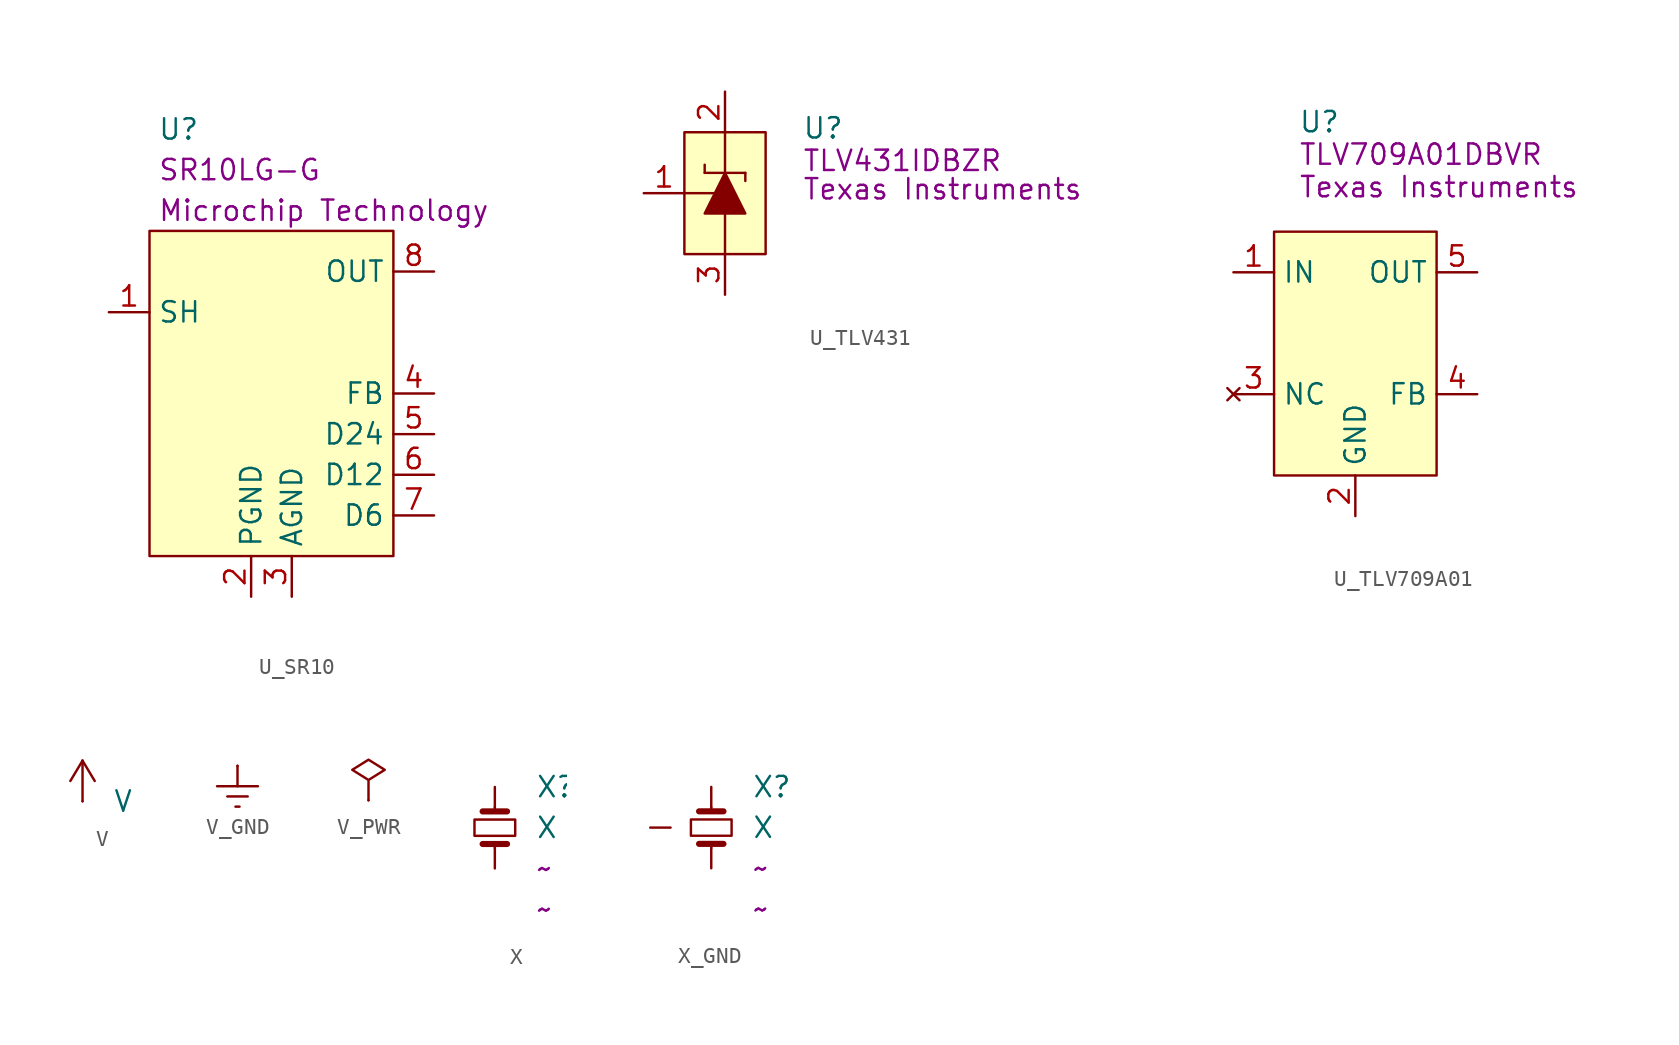
<source format=kicad_sym>
(kicad_symbol_lib
  (version 20231120)
  (generator "kicad_symbol_editor")
  (generator_version "8.0")
  (symbol "U_SR10"
    (property "Reference" "U"
      (at -7.112 16.51 0)
      (effects (font (size 1.27 1.27)) (justify left)))
    (property "Value" ""
      (at 0 -1.27 0)
      (effects (font (size 1.27 1.27)) (justify left)))
    (property "Manufacturer" "Microchip Technology"
      (at -7.112 11.43 0)
      (effects (font (size 1.27 1.27)) (justify left)))
    (property "Manufacturer Part Number" "SR10LG-G"
      (at -7.112 13.97 0)
      (effects (font (size 1.27 1.27)) (justify left)))
    (symbol "U_SR10_0_0"
      (pin input line (at -10.16 5.08 0) (length 2.54) (name "SH" (effects (font (size 1.27 1.27)))) (number "1" (effects (font (size 1.27 1.27)))))
      (pin power_in line (at -1.27 -12.7 90) (length 2.54) (name "PGND" (effects (font (size 1.27 1.27)))) (number "2" (effects (font (size 1.27 1.27)))))
      (pin power_in line (at 1.27 -12.7 90) (length 2.54) (name "AGND" (effects (font (size 1.27 1.27)))) (number "3" (effects (font (size 1.27 1.27)))))
      (pin input line (at 10.16 0 180) (length 2.54) (name "FB" (effects (font (size 1.27 1.27)))) (number "4" (effects (font (size 1.27 1.27)))))
      (pin passive line (at 10.16 -2.54 180) (length 2.54) (name "D24" (effects (font (size 1.27 1.27)))) (number "5" (effects (font (size 1.27 1.27)))))
      (pin passive line (at 10.16 -5.08 180) (length 2.54) (name "D12" (effects (font (size 1.27 1.27)))) (number "6" (effects (font (size 1.27 1.27)))))
      (pin passive line (at 10.16 -7.62 180) (length 2.54) (name "D6" (effects (font (size 1.27 1.27)))) (number "7" (effects (font (size 1.27 1.27)))))
      (pin output line (at 10.16 7.62 180) (length 2.54) (name "OUT" (effects (font (size 1.27 1.27)))) (number "8" (effects (font (size 1.27 1.27))))))
    (symbol "U_SR10_1_1"
      (rectangle (start -7.62 10.16) (end 7.62 -10.16) (stroke (width 0) (type default)) (fill (type background)))))
  (symbol "U_TLV431"
    (pin_names hide)
    (property "Reference" "U"
      (at 4.826 4.064 0)
      (effects (font (size 1.27 1.27)) (justify left)))
    (property "Manufacturer" "Texas Instruments"
      (at 4.826 0.254 0)
      (effects (font (size 1.27 1.27)) (justify left)))
    (property "Manufacturer Part Number" "TLV431IDBZR"
      (at 4.826 2.032 0)
      (effects (font (size 1.27 1.27)) (justify left)))
    (symbol "U_TLV431_1_1"
      (rectangle (start -2.54 3.81) (end 2.54 -3.81) (stroke (width 0) (type default)) (fill (type background)))
      (polyline (pts (xy -2.54 0) (xy -0.635 0)) (stroke (width 0) (type default)) (fill (type none)))
      (polyline (pts (xy -1.27 1.27) (xy 1.27 1.27)) (stroke (width 0) (type default)) (fill (type none)))
      (polyline (pts (xy -1.27 1.778) (xy -1.27 1.27)) (stroke (width 0) (type default)) (fill (type none)))
      (polyline (pts (xy 0 -3.81) (xy 0 -1.27)) (stroke (width 0) (type default)) (fill (type none)))
      (polyline (pts (xy 0 3.81) (xy 0 1.27)) (stroke (width 0) (type default)) (fill (type none)))
      (polyline (pts (xy 1.27 1.27) (xy 1.27 0.762)) (stroke (width 0) (type default)) (fill (type none)))
      (polyline (pts (xy 0 1.27) (xy -1.27 -1.27) (xy 1.27 -1.27) (xy 0 1.27)) (stroke (width 0) (type default)) (fill (type outline)))
      (pin input line (at -5.08 0 0) (length 2.54) (name "REF" (effects (font (size 1.27 1.27)))) (number "1" (effects (font (size 1.27 1.27)))))
      (pin passive line (at 0 6.35 270) (length 2.54) (name "CATHODE" (effects (font (size 1.27 1.27)))) (number "2" (effects (font (size 1.27 1.27)))))
      (pin passive line (at 0 -6.35 90) (length 2.54) (name "ANODE" (effects (font (size 1.27 1.27)))) (number "3" (effects (font (size 1.27 1.27)))))))
  (symbol "U_TLV709A01"
    (property "Reference" "U"
      (at -3.556 11.938 0)
      (effects (font (size 1.27 1.27)) (justify left)))
    (property "Manufacturer" "Texas Instruments"
      (at -3.556 7.874 0)
      (effects (font (size 1.27 1.27)) (justify left)))
    (property "Manufacturer Part Number" "TLV709A01DBVR"
      (at -3.556 9.906 0)
      (effects (font (size 1.27 1.27)) (justify left)))
    (symbol "U_TLV709A01_0_0"
      (pin input line (at -7.62 2.54 0) (length 2.54) (name "IN" (effects (font (size 1.27 1.27)))) (number "1" (effects (font (size 1.27 1.27)))))
      (pin power_in line (at 0 -12.7 90) (length 2.54) (name "GND" (effects (font (size 1.27 1.27)))) (number "2" (effects (font (size 1.27 1.27)))))
      (pin no_connect line (at -7.62 -5.08 0) (length 2.54) (name "NC" (effects (font (size 1.27 1.27)))) (number "3" (effects (font (size 1.27 1.27)))))
      (pin passive line (at 7.62 -5.08 180) (length 2.54) (name "FB" (effects (font (size 1.27 1.27)))) (number "4" (effects (font (size 1.27 1.27)))))
      (pin output line (at 7.62 2.54 180) (length 2.54) (name "OUT" (effects (font (size 1.27 1.27)))) (number "5" (effects (font (size 1.27 1.27))))))
    (symbol "U_TLV709A01_1_1"
      (rectangle (start -5.08 5.08) (end 5.08 -10.16) (stroke (width 0) (type default)) (fill (type background)))))
  (symbol "V"
    (power)
    (pin_numbers hide)
    (pin_names hide)
    (property "Reference" "#PWR"
      (at 1.778 0.762 0)
      (effects (font (size 1.27 1.27)) (hide yes)))
    (property "Value" "V"
      (at 0 0 0)
      (effects (font (size 1.27 1.27))))
    (symbol "V_0_1"
      (polyline (pts (xy -3.302 1.27) (xy -2.54 2.54)) (stroke (width 0) (type default)) (fill (type none)))
      (polyline (pts (xy -2.54 0) (xy -2.54 2.54)) (stroke (width 0) (type default)) (fill (type none)))
      (polyline (pts (xy -2.54 2.54) (xy -1.778 1.27)) (stroke (width 0) (type default)) (fill (type none))))
    (symbol "V_1_1"
      (pin power_in line (at -2.54 0 90) (length 0) (name "~" (effects (font (size 1.27 1.27)))) (number "1" (effects (font (size 1.27 1.27)))))))
  (symbol "V_GND"
    (power)
    (pin_numbers hide)
    (pin_names hide)
    (property "Reference" "#PWR"
      (at 0 0 0)
      (effects (font (size 1.27 1.27)) (hide yes)))
    (symbol "V_GND_0_1"
      (polyline (pts (xy -0.635 -1.905) (xy 0.635 -1.905)) (stroke (width 0) (type default)) (fill (type none)))
      (polyline (pts (xy -0.127 -2.54) (xy 0.127 -2.54)) (stroke (width 0) (type default)) (fill (type none)))
      (polyline (pts (xy 0 -1.27) (xy 0 0)) (stroke (width 0) (type default)) (fill (type none)))
      (polyline (pts (xy 1.27 -1.27) (xy -1.27 -1.27)) (stroke (width 0) (type default)) (fill (type none))))
    (symbol "V_GND_1_1"
      (pin power_in line (at 0 0 270) (length 0) (name "~" (effects (font (size 1.27 1.27)))) (number "1" (effects (font (size 1.27 1.27)))))))
  (symbol "V_PWR"
    (power)
    (pin_numbers hide)
    (pin_names
      (offset 0) hide)
    (property "Reference" "#FLG"
      (at 0 1.905 0)
      (effects (font (size 1.27 1.27)) (hide yes)))
    (symbol "V_PWR_0_0"
      (pin power_out line (at 0 0 90) (length 0) (name "~" (effects (font (size 1.27 1.27)))) (number "1" (effects (font (size 1.27 1.27))))))
    (symbol "V_PWR_0_1"
      (polyline (pts (xy 0 0) (xy 0 1.27) (xy -1.016 1.905) (xy 0 2.54) (xy 1.016 1.905) (xy 0 1.27)) (stroke (width 0) (type default)) (fill (type none)))))
  (symbol "X"
    (pin_numbers hide)
    (pin_names
      (offset 0) hide)
    (property "Reference" "X"
      (at 2.54 2.54 0)
      (effects (font (size 1.27 1.27)) (justify left)))
    (property "Value" "X"
      (at 2.54 0 0)
      (effects (font (size 1.27 1.27)) (justify left)))
    (property "Manufacturer" "~"
      (at 2.54 -5.08 0)
      (effects (font (size 1.27 1.27)) (justify left)))
    (property "Manufacturer Part Number" "~"
      (at 2.54 -2.54 0)
      (effects (font (size 1.27 1.27)) (justify left)))
    (symbol "X_0_1"
      (rectangle (start -1.27 0.508) (end 1.27 -0.508) (stroke (width 0) (type default)) (fill (type none)))
      (polyline (pts (xy 0 -1.27) (xy 0 -1.016)) (stroke (width 0) (type default)) (fill (type none)))
      (polyline (pts (xy 0 1.27) (xy 0 1.016)) (stroke (width 0) (type default)) (fill (type none)))
      (polyline (pts (xy 0.762 -1.016) (xy -0.762 -1.016)) (stroke (width 0.381) (type default)) (fill (type none)))
      (polyline (pts (xy 0.762 1.016) (xy -0.762 1.016)) (stroke (width 0.381) (type default)) (fill (type none))))
    (symbol "X_1_1"
      (pin passive line (at 0 2.54 270) (length 1.27) (name "1" (effects (font (size 1.27 1.27)))) (number "1" (effects (font (size 1.27 1.27)))))
      (pin passive line (at 0 -2.54 90) (length 1.27) (name "2" (effects (font (size 1.27 1.27)))) (number "2" (effects (font (size 1.27 1.27)))))))
  (symbol "X_GND"
    (pin_numbers hide)
    (pin_names
      (offset 0) hide)
    (property "Reference" "X"
      (at 2.54 2.54 0)
      (effects (font (size 1.27 1.27)) (justify left)))
    (property "Value" "X"
      (at 2.54 0 0)
      (effects (font (size 1.27 1.27)) (justify left)))
    (property "Manufacturer" "~"
      (at 2.54 -5.08 0)
      (effects (font (size 1.27 1.27)) (justify left)))
    (property "Manufacturer Part Number" "~"
      (at 2.54 -2.54 0)
      (effects (font (size 1.27 1.27)) (justify left)))
    (symbol "X_GND_0_1"
      (rectangle (start -1.27 0.508) (end 1.27 -0.508) (stroke (width 0) (type default)) (fill (type none)))
      (polyline (pts (xy 0 -1.27) (xy 0 -1.016)) (stroke (width 0) (type default)) (fill (type none)))
      (polyline (pts (xy 0 1.27) (xy 0 1.016)) (stroke (width 0) (type default)) (fill (type none)))
      (polyline (pts (xy 0.762 -1.016) (xy -0.762 -1.016)) (stroke (width 0.381) (type default)) (fill (type none)))
      (polyline (pts (xy 0.762 1.016) (xy -0.762 1.016)) (stroke (width 0.381) (type default)) (fill (type none))))
    (symbol "X_GND_1_0"
      (pin power_in line (at -3.81 0 0) (length 1.27) (name "2" (effects (font (size 1.27 1.27)))) (number "2" (effects (font (size 1.27 1.27)))))
      (pin power_in line (at -3.81 0 0) (length 1.27) hide (name "GND" (effects (font (size 1.27 1.27)))) (number "4" (effects (font (size 1.27 1.27))))))
    (symbol "X_GND_1_1"
      (pin passive line (at 0 -2.54 90) (length 1.27) (name "1" (effects (font (size 1.27 1.27)))) (number "1" (effects (font (size 1.27 1.27)))))
      (pin passive line (at 0 2.54 270) (length 1.27) (name "3" (effects (font (size 1.27 1.27)))) (number "3" (effects (font (size 1.27 1.27))))))))
</source>
